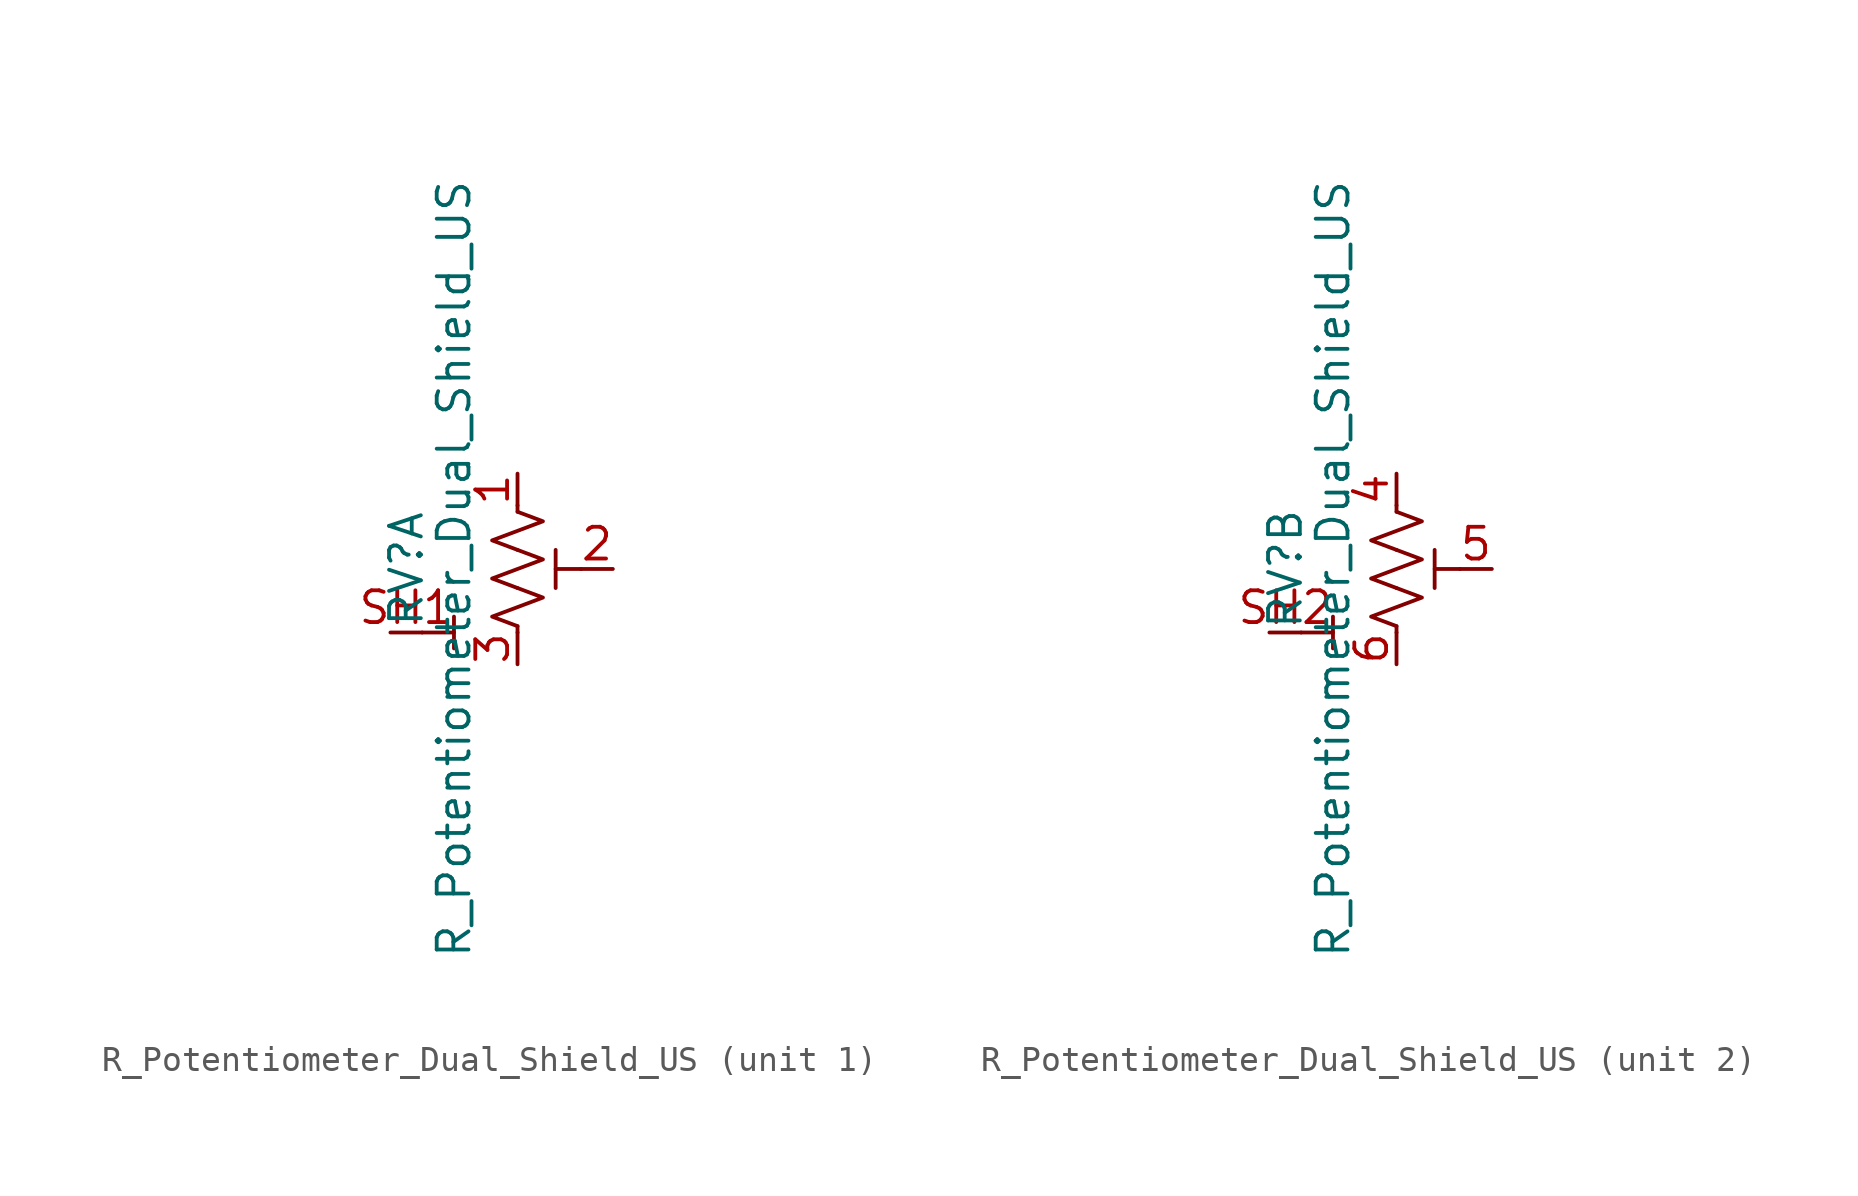
<source format=kicad_sym>
(kicad_symbol_lib
  (version 20241209)
  (generator "kicad_symbol_editor")
  (generator_version "9.0")
  (symbol "R_Potentiometer_Dual_Shield_US"
    (pin_names
      (offset 1.016)
      (hide yes))
    (property "Reference" "RV"
      (at -4.445 0 90)
      (effects (font (size 1.27 1.27))))
    (property "Value" "R_Potentiometer_Dual_Shield_US"
      (at -2.54 0 90)
      (effects (font (size 1.27 1.27))))
    (symbol "R_Potentiometer_Dual_Shield_US_0_1"
      (polyline (pts (xy -2.54 -1.905) (xy -2.54 -3.175)) (stroke (width 0) (type default)) (fill (type none)))
      (polyline (pts (xy -2.54 -2.54) (xy -3.81 -2.54)) (stroke (width 0) (type default)) (fill (type none)))
      (polyline (pts (xy 0 2.286) (xy 0 2.54)) (stroke (width 0) (type default)) (fill (type none)))
      (polyline (pts (xy 0 2.286) (xy 1.016 1.905) (xy 0 1.524) (xy -1.016 1.143) (xy 0 0.762)) (stroke (width 0) (type default)) (fill (type none)))
      (polyline (pts (xy 0 0.762) (xy 1.016 0.381) (xy 0 0) (xy -1.016 -0.381) (xy 0 -0.762)) (stroke (width 0) (type default)) (fill (type none)))
      (polyline (pts (xy 0 -0.762) (xy 1.016 -1.143) (xy 0 -1.524) (xy -1.016 -1.905) (xy 0 -2.286)) (stroke (width 0) (type default)) (fill (type none)))
      (polyline (pts (xy 0 -2.286) (xy 0 -2.54)) (stroke (width 0) (type default)) (fill (type none)))
      (polyline (pts (xy 1.524 0.762) (xy 1.524 -0.762)) (stroke (width 0) (type default)) (fill (type none)))
      (polyline (pts (xy 2.54 0) (xy 1.524 0)) (stroke (width 0) (type default)) (fill (type none))))
    (symbol "R_Potentiometer_Dual_Shield_US_1_1"
      (pin passive line (at -5.08 -2.54 0) (length 1.27) (name "Shield_1" (effects (font (size 1.27 1.27)))) (number "SH1" (effects (font (size 1.27 1.27)))))
      (pin passive line (at 0 3.81 270) (length 1.27) (name "1" (effects (font (size 1.27 1.27)))) (number "1" (effects (font (size 1.27 1.27)))))
      (pin passive line (at 0 -3.81 90) (length 1.27) (name "3" (effects (font (size 1.27 1.27)))) (number "3" (effects (font (size 1.27 1.27)))))
      (pin passive line (at 3.81 0 180) (length 1.27) (name "2" (effects (font (size 1.27 1.27)))) (number "2" (effects (font (size 1.27 1.27))))))
    (symbol "R_Potentiometer_Dual_Shield_US_2_1"
      (pin passive line (at -5.08 -2.54 0) (length 1.27) (name "Shield_2" (effects (font (size 1.27 1.27)))) (number "SH2" (effects (font (size 1.27 1.27)))))
      (pin passive line (at 0 3.81 270) (length 1.27) (name "1" (effects (font (size 1.27 1.27)))) (number "4" (effects (font (size 1.27 1.27)))))
      (pin passive line (at 0 -3.81 90) (length 1.27) (name "3" (effects (font (size 1.27 1.27)))) (number "6" (effects (font (size 1.27 1.27)))))
      (pin passive line (at 3.81 0 180) (length 1.27) (name "2" (effects (font (size 1.27 1.27)))) (number "5" (effects (font (size 1.27 1.27))))))))
</source>
